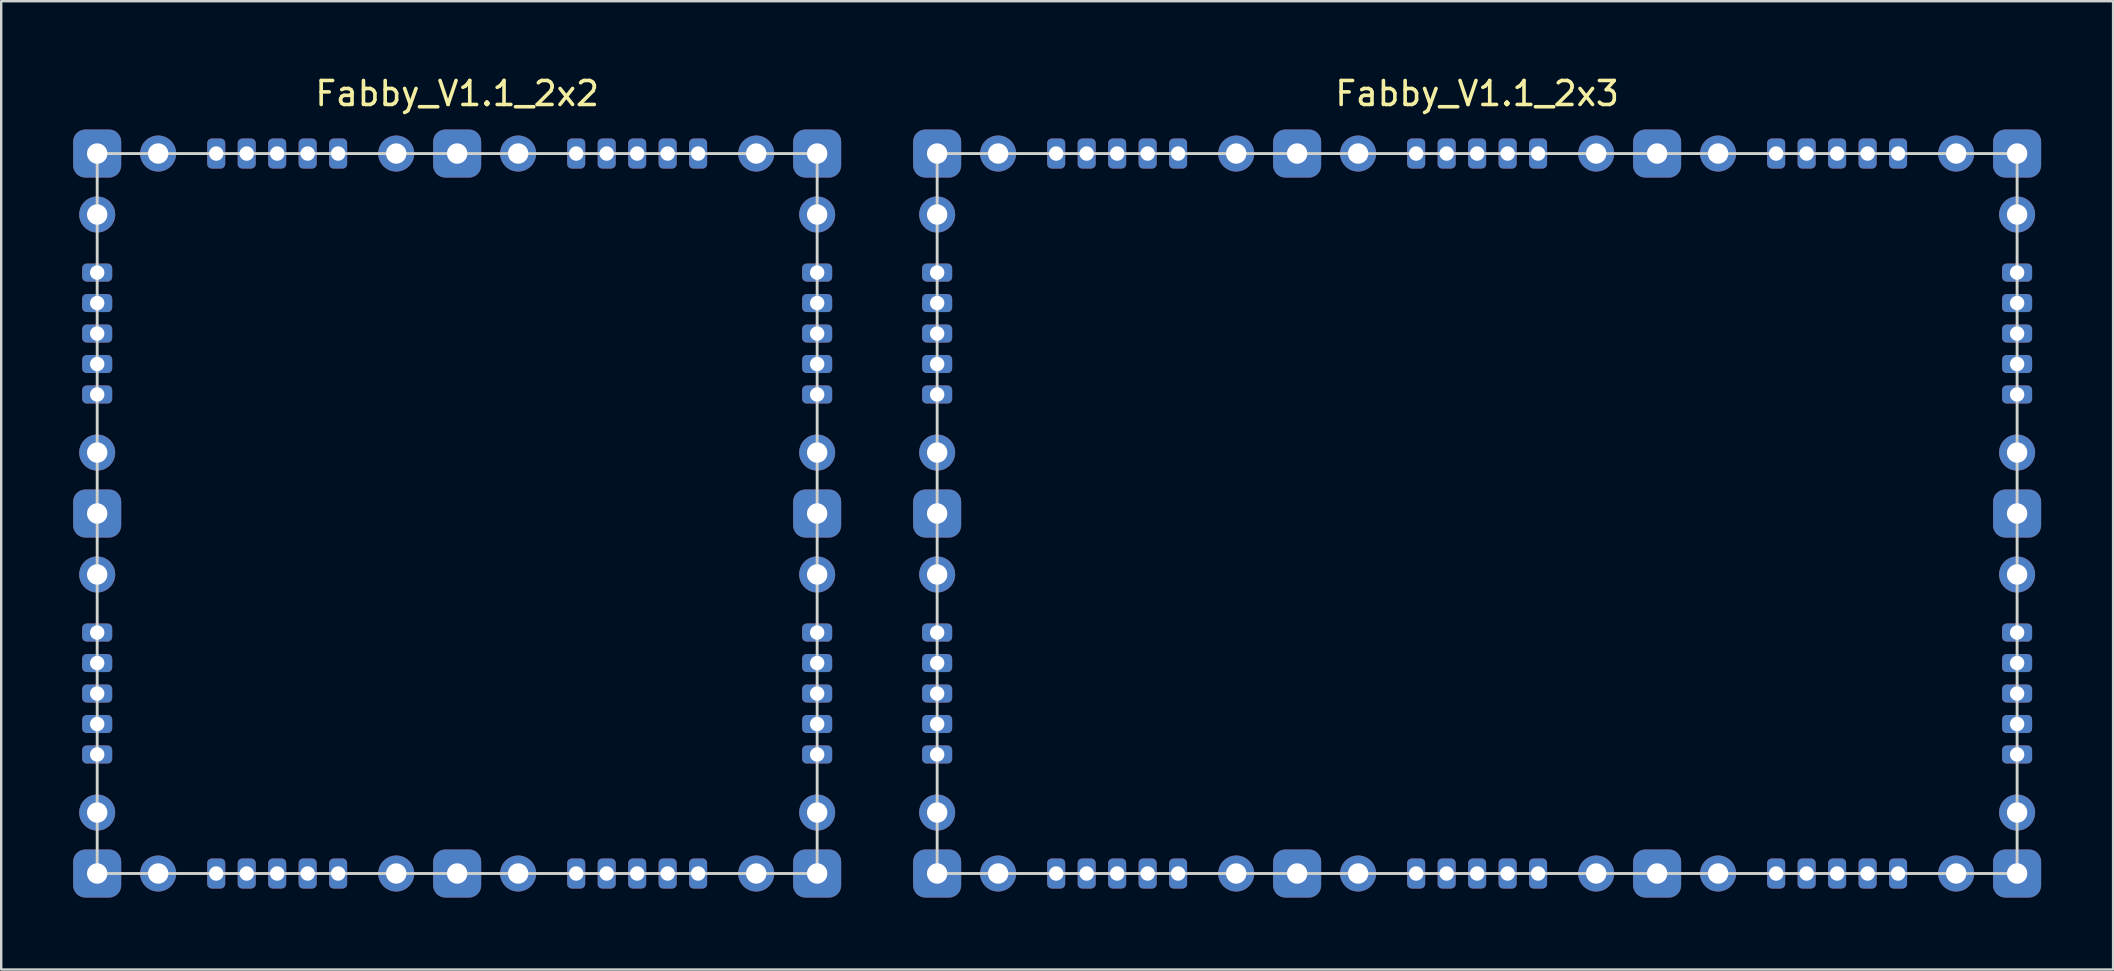
<source format=kicad_pcb>
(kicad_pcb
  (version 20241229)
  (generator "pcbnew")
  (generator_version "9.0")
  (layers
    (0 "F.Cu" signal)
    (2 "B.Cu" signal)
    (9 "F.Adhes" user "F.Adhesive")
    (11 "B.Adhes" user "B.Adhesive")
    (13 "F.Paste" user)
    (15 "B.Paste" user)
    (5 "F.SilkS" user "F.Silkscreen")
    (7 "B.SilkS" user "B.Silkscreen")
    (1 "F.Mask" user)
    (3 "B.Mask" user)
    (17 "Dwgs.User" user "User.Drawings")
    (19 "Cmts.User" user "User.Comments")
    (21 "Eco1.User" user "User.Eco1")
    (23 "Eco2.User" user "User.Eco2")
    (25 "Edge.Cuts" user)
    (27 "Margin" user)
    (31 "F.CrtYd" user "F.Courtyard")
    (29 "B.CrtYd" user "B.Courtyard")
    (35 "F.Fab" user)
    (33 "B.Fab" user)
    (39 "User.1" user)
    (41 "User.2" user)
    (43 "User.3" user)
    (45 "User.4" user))
  (footprint "Fabby_V1.1_2x2"
    (layer "F.Cu")
    (at 16 18.348)
    (property "Reference" "Fabby_V1.1_2x2" (at 0 -17.5 0) (layer "F.SilkS") (effects (font (size 1 1) (thickness 0.15))))
    (attr through_hole)
    (fp_line (start -15 -15) (end 15 -15) (stroke (width 0.12) (type solid)) (layer "Edge.Cuts"))
    (fp_line (start -15 15) (end -15 -15) (stroke (width 0.12) (type solid)) (layer "Edge.Cuts"))
    (fp_line (start 15 -15) (end 15 15) (stroke (width 0.12) (type solid)) (layer "Edge.Cuts"))
    (fp_line (start 15 15) (end -15 15) (stroke (width 0.12) (type solid)) (layer "Edge.Cuts"))
    (pad "1" thru_hole roundrect (at -15 -15 270) (size 2 2) (drill 0.85) (layers "*.Cu" "*.Mask") (roundrect_rratio 0.25))
    (pad "2" thru_hole circle (at -12.46 -15 270) (size 1.5 1.5) (drill 0.85) (layers "*.Cu" "*.Mask"))
    (pad "3" thru_hole circle (at -2.54 -15 270) (size 1.5 1.5) (drill 0.85) (layers "*.Cu" "*.Mask"))
    (pad "4" thru_hole roundrect (at 0 -15 270) (size 2 2) (drill 0.85) (layers "*.Cu" "*.Mask") (roundrect_rratio 0.25))
    (pad "5" thru_hole circle (at 2.54 -15 270) (size 1.5 1.5) (drill 0.85) (layers "*.Cu" "*.Mask"))
    (pad "6" thru_hole circle (at 12.46 -15 270) (size 1.5 1.5) (drill 0.85) (layers "*.Cu" "*.Mask"))
    (pad "7" thru_hole roundrect (at 15 -15 270) (size 2 2) (drill 0.85) (layers "*.Cu" "*.Mask") (roundrect_rratio 0.25))
    (pad "8" thru_hole circle (at 15 -12.46 270) (size 1.5 1.5) (drill 0.85) (layers "*.Cu" "*.Mask"))
    (pad "9" thru_hole circle (at 15 -2.54 270) (size 1.5 1.5) (drill 0.85) (layers "*.Cu" "*.Mask"))
    (pad "10" thru_hole roundrect (at 15 0 270) (size 2 2) (drill 0.85) (layers "*.Cu" "*.Mask") (roundrect_rratio 0.25))
    (pad "11" thru_hole circle (at 15 2.54 270) (size 1.5 1.5) (drill 0.85) (layers "*.Cu" "*.Mask"))
    (pad "12" thru_hole circle (at 15 12.46 270) (size 1.5 1.5) (drill 0.85) (layers "*.Cu" "*.Mask"))
    (pad "13" thru_hole roundrect (at 15 15 270) (size 2 2) (drill 0.85) (layers "*.Cu" "*.Mask") (roundrect_rratio 0.25))
    (pad "14" thru_hole circle (at 12.46 15 270) (size 1.5 1.5) (drill 0.85) (layers "*.Cu" "*.Mask"))
    (pad "15" thru_hole circle (at 2.54 15 270) (size 1.5 1.5) (drill 0.85) (layers "*.Cu" "*.Mask"))
    (pad "16" thru_hole roundrect (at 0 15 270) (size 2 2) (drill 0.85) (layers "*.Cu" "*.Mask") (roundrect_rratio 0.25))
    (pad "17" thru_hole circle (at -2.54 15 270) (size 1.5 1.5) (drill 0.85) (layers "*.Cu" "*.Mask"))
    (pad "18" thru_hole circle (at -12.46 15 270) (size 1.5 1.5) (drill 0.85) (layers "*.Cu" "*.Mask"))
    (pad "19" thru_hole roundrect (at -15 15 270) (size 2 2) (drill 0.85) (layers "*.Cu" "*.Mask") (roundrect_rratio 0.25))
    (pad "20" thru_hole circle (at -15 12.46 270) (size 1.5 1.5) (drill 0.85) (layers "*.Cu" "*.Mask"))
    (pad "21" thru_hole circle (at -15 2.54 270) (size 1.5 1.5) (drill 0.85) (layers "*.Cu" "*.Mask"))
    (pad "22" thru_hole roundrect (at -15 0 270) (size 2 2) (drill 0.85) (layers "*.Cu" "*.Mask") (roundrect_rratio 0.25))
    (pad "23" thru_hole circle (at -15 -2.54 270) (size 1.5 1.5) (drill 0.85) (layers "*.Cu" "*.Mask"))
    (pad "24" thru_hole circle (at -15 -12.46 270) (size 1.5 1.5) (drill 0.85) (layers "*.Cu" "*.Mask"))
    (pad "25" thru_hole roundrect (at -10.04 -15 90) (size 1.25 0.75) (drill 0.6) (layers "*.Cu" "*.Mask") (roundrect_rratio 0.25))
    (pad "26" thru_hole roundrect (at -8.77 -15 90) (size 1.25 0.75) (drill 0.6) (layers "*.Cu" "*.Mask") (roundrect_rratio 0.25))
    (pad "27" thru_hole roundrect (at -7.5 -15 90) (size 1.25 0.75) (drill 0.6) (layers "*.Cu" "*.Mask") (roundrect_rratio 0.25))
    (pad "28" thru_hole roundrect (at -6.23 -15 90) (size 1.25 0.75) (drill 0.6) (layers "*.Cu" "*.Mask") (roundrect_rratio 0.25))
    (pad "29" thru_hole roundrect (at -4.96 -15 90) (size 1.25 0.75) (drill 0.6) (layers "*.Cu" "*.Mask") (roundrect_rratio 0.25))
    (pad "30" thru_hole roundrect (at 4.96 -15 90) (size 1.25 0.75) (drill 0.6) (layers "*.Cu" "*.Mask") (roundrect_rratio 0.25))
    (pad "31" thru_hole roundrect (at 6.23 -15 90) (size 1.25 0.75) (drill 0.6) (layers "*.Cu" "*.Mask") (roundrect_rratio 0.25))
    (pad "32" thru_hole roundrect (at 7.5 -15 90) (size 1.25 0.75) (drill 0.6) (layers "*.Cu" "*.Mask") (roundrect_rratio 0.25))
    (pad "33" thru_hole roundrect (at 8.77 -15 90) (size 1.25 0.75) (drill 0.6) (layers "*.Cu" "*.Mask") (roundrect_rratio 0.25))
    (pad "34" thru_hole roundrect (at 10.04 -15 90) (size 1.25 0.75) (drill 0.6) (layers "*.Cu" "*.Mask") (roundrect_rratio 0.25))
    (pad "35" thru_hole roundrect (at 15 -10.04) (size 1.25 0.75) (drill 0.6) (layers "*.Cu" "*.Mask") (roundrect_rratio 0.25))
    (pad "36" thru_hole roundrect (at 15 -8.77) (size 1.25 0.75) (drill 0.6) (layers "*.Cu" "*.Mask") (roundrect_rratio 0.25))
    (pad "37" thru_hole roundrect (at 15 -7.5) (size 1.25 0.75) (drill 0.6) (layers "*.Cu" "*.Mask") (roundrect_rratio 0.25))
    (pad "38" thru_hole roundrect (at 15 -6.23) (size 1.25 0.75) (drill 0.6) (layers "*.Cu" "*.Mask") (roundrect_rratio 0.25))
    (pad "39" thru_hole roundrect (at 15 -4.96) (size 1.25 0.75) (drill 0.6) (layers "*.Cu" "*.Mask") (roundrect_rratio 0.25))
    (pad "40" thru_hole roundrect (at 15 4.96) (size 1.25 0.75) (drill 0.6) (layers "*.Cu" "*.Mask") (roundrect_rratio 0.25))
    (pad "41" thru_hole roundrect (at 15 6.23) (size 1.25 0.75) (drill 0.6) (layers "*.Cu" "*.Mask") (roundrect_rratio 0.25))
    (pad "42" thru_hole roundrect (at 15 7.5) (size 1.25 0.75) (drill 0.6) (layers "*.Cu" "*.Mask") (roundrect_rratio 0.25))
    (pad "43" thru_hole roundrect (at 15 8.77) (size 1.25 0.75) (drill 0.6) (layers "*.Cu" "*.Mask") (roundrect_rratio 0.25))
    (pad "44" thru_hole roundrect (at 15 10.04) (size 1.25 0.75) (drill 0.6) (layers "*.Cu" "*.Mask") (roundrect_rratio 0.25))
    (pad "45" thru_hole roundrect (at 10.04 15 270) (size 1.25 0.75) (drill 0.6) (layers "*.Cu" "*.Mask") (roundrect_rratio 0.25))
    (pad "46" thru_hole roundrect (at 8.77 15 270) (size 1.25 0.75) (drill 0.6) (layers "*.Cu" "*.Mask") (roundrect_rratio 0.25))
    (pad "47" thru_hole roundrect (at 7.5 15 270) (size 1.25 0.75) (drill 0.6) (layers "*.Cu" "*.Mask") (roundrect_rratio 0.25))
    (pad "48" thru_hole roundrect (at 6.23 15 270) (size 1.25 0.75) (drill 0.6) (layers "*.Cu" "*.Mask") (roundrect_rratio 0.25))
    (pad "49" thru_hole roundrect (at 4.96 15 270) (size 1.25 0.75) (drill 0.6) (layers "*.Cu" "*.Mask") (roundrect_rratio 0.25))
    (pad "50" thru_hole roundrect (at -4.96 15 270) (size 1.25 0.75) (drill 0.6) (layers "*.Cu" "*.Mask") (roundrect_rratio 0.25))
    (pad "51" thru_hole roundrect (at -6.23 15 270) (size 1.25 0.75) (drill 0.6) (layers "*.Cu" "*.Mask") (roundrect_rratio 0.25))
    (pad "52" thru_hole roundrect (at -7.5 15 270) (size 1.25 0.75) (drill 0.6) (layers "*.Cu" "*.Mask") (roundrect_rratio 0.25))
    (pad "53" thru_hole roundrect (at -8.77 15 270) (size 1.25 0.75) (drill 0.6) (layers "*.Cu" "*.Mask") (roundrect_rratio 0.25))
    (pad "54" thru_hole roundrect (at -10.04 15 270) (size 1.25 0.75) (drill 0.6) (layers "*.Cu" "*.Mask") (roundrect_rratio 0.25))
    (pad "55" thru_hole roundrect (at -15 10.04) (size 1.25 0.75) (drill 0.6) (layers "*.Cu" "*.Mask") (roundrect_rratio 0.25))
    (pad "56" thru_hole roundrect (at -15 8.77) (size 1.25 0.75) (drill 0.6) (layers "*.Cu" "*.Mask") (roundrect_rratio 0.25))
    (pad "57" thru_hole roundrect (at -15 7.5) (size 1.25 0.75) (drill 0.6) (layers "*.Cu" "*.Mask") (roundrect_rratio 0.25))
    (pad "58" thru_hole roundrect (at -15 6.23) (size 1.25 0.75) (drill 0.6) (layers "*.Cu" "*.Mask") (roundrect_rratio 0.25))
    (pad "59" thru_hole roundrect (at -15 4.96) (size 1.25 0.75) (drill 0.6) (layers "*.Cu" "*.Mask") (roundrect_rratio 0.25))
    (pad "60" thru_hole roundrect (at -15 -4.96) (size 1.25 0.75) (drill 0.6) (layers "*.Cu" "*.Mask") (roundrect_rratio 0.25))
    (pad "61" thru_hole roundrect (at -15 -6.23) (size 1.25 0.75) (drill 0.6) (layers "*.Cu" "*.Mask") (roundrect_rratio 0.25))
    (pad "62" thru_hole roundrect (at -15 -7.5) (size 1.25 0.75) (drill 0.6) (layers "*.Cu" "*.Mask") (roundrect_rratio 0.25))
    (pad "63" thru_hole roundrect (at -15 -8.77) (size 1.25 0.75) (drill 0.6) (layers "*.Cu" "*.Mask") (roundrect_rratio 0.25))
    (pad "64" thru_hole roundrect (at -15 -10.04) (size 1.25 0.75) (drill 0.6) (layers "*.Cu" "*.Mask") (roundrect_rratio 0.25)))
  (footprint "Fabby_V1.1_2x3"
    (layer "F.Cu")
    (at 58.5 18.348)
    (property "Reference" "Fabby_V1.1_2x3" (at 0 -17.5 0) (layer "F.SilkS") (effects (font (size 1 1) (thickness 0.15))))
    (attr through_hole)
    (fp_line (start -22.5 -15) (end 22.5 -15) (stroke (width 0.12) (type solid)) (layer "Edge.Cuts"))
    (fp_line (start -22.5 15) (end -22.5 -15) (stroke (width 0.12) (type solid)) (layer "Edge.Cuts"))
    (fp_line (start 22.5 -15) (end 22.5 15) (stroke (width 0.12) (type solid)) (layer "Edge.Cuts"))
    (fp_line (start 22.5 15) (end -22.5 15) (stroke (width 0.12) (type solid)) (layer "Edge.Cuts"))
    (pad "1" thru_hole roundrect (at -22.5 -15 270) (size 2 2) (drill 0.85) (layers "*.Cu" "*.Mask") (roundrect_rratio 0.25))
    (pad "2" thru_hole circle (at -19.96 -15 270) (size 1.5 1.5) (drill 0.85) (layers "*.Cu" "*.Mask"))
    (pad "3" thru_hole circle (at -10.04 -15 270) (size 1.5 1.5) (drill 0.85) (layers "*.Cu" "*.Mask"))
    (pad "4" thru_hole roundrect (at -7.5 -15 270) (size 2 2) (drill 0.85) (layers "*.Cu" "*.Mask") (roundrect_rratio 0.25))
    (pad "5" thru_hole circle (at -4.96 -15 270) (size 1.5 1.5) (drill 0.85) (layers "*.Cu" "*.Mask"))
    (pad "6" thru_hole circle (at 4.96 -15 270) (size 1.5 1.5) (drill 0.85) (layers "*.Cu" "*.Mask"))
    (pad "7" thru_hole roundrect (at 7.5 -15 270) (size 2 2) (drill 0.85) (layers "*.Cu" "*.Mask") (roundrect_rratio 0.25))
    (pad "8" thru_hole circle (at 10.04 -15 270) (size 1.5 1.5) (drill 0.85) (layers "*.Cu" "*.Mask"))
    (pad "9" thru_hole circle (at 19.96 -15 270) (size 1.5 1.5) (drill 0.85) (layers "*.Cu" "*.Mask"))
    (pad "10" thru_hole roundrect (at 22.5 -15 270) (size 2 2) (drill 0.85) (layers "*.Cu" "*.Mask") (roundrect_rratio 0.25))
    (pad "11" thru_hole circle (at 22.5 -12.46 270) (size 1.5 1.5) (drill 0.85) (layers "*.Cu" "*.Mask"))
    (pad "12" thru_hole circle (at 22.5 -2.54 270) (size 1.5 1.5) (drill 0.85) (layers "*.Cu" "*.Mask"))
    (pad "13" thru_hole roundrect (at 22.5 0 270) (size 2 2) (drill 0.85) (layers "*.Cu" "*.Mask") (roundrect_rratio 0.25))
    (pad "14" thru_hole circle (at 22.5 2.54 270) (size 1.5 1.5) (drill 0.85) (layers "*.Cu" "*.Mask"))
    (pad "15" thru_hole circle (at 22.5 12.46 270) (size 1.5 1.5) (drill 0.85) (layers "*.Cu" "*.Mask"))
    (pad "16" thru_hole roundrect (at 22.5 15 270) (size 2 2) (drill 0.85) (layers "*.Cu" "*.Mask") (roundrect_rratio 0.25))
    (pad "17" thru_hole circle (at 19.96 15 270) (size 1.5 1.5) (drill 0.85) (layers "*.Cu" "*.Mask"))
    (pad "18" thru_hole circle (at 10.04 15 270) (size 1.5 1.5) (drill 0.85) (layers "*.Cu" "*.Mask"))
    (pad "19" thru_hole roundrect (at 7.5 15 270) (size 2 2) (drill 0.85) (layers "*.Cu" "*.Mask") (roundrect_rratio 0.25))
    (pad "20" thru_hole circle (at 4.96 15 270) (size 1.5 1.5) (drill 0.85) (layers "*.Cu" "*.Mask"))
    (pad "21" thru_hole circle (at -4.96 15 270) (size 1.5 1.5) (drill 0.85) (layers "*.Cu" "*.Mask"))
    (pad "22" thru_hole roundrect (at -7.5 15 270) (size 2 2) (drill 0.85) (layers "*.Cu" "*.Mask") (roundrect_rratio 0.25))
    (pad "23" thru_hole circle (at -10.04 15 270) (size 1.5 1.5) (drill 0.85) (layers "*.Cu" "*.Mask"))
    (pad "24" thru_hole circle (at -19.96 15 270) (size 1.5 1.5) (drill 0.85) (layers "*.Cu" "*.Mask"))
    (pad "25" thru_hole roundrect (at -22.5 15 270) (size 2 2) (drill 0.85) (layers "*.Cu" "*.Mask") (roundrect_rratio 0.25))
    (pad "26" thru_hole circle (at -22.5 12.46 270) (size 1.5 1.5) (drill 0.85) (layers "*.Cu" "*.Mask"))
    (pad "27" thru_hole circle (at -22.5 2.54 270) (size 1.5 1.5) (drill 0.85) (layers "*.Cu" "*.Mask"))
    (pad "28" thru_hole roundrect (at -22.5 0 270) (size 2 2) (drill 0.85) (layers "*.Cu" "*.Mask") (roundrect_rratio 0.25))
    (pad "29" thru_hole circle (at -22.5 -2.54 270) (size 1.5 1.5) (drill 0.85) (layers "*.Cu" "*.Mask"))
    (pad "30" thru_hole circle (at -22.5 -12.46 270) (size 1.5 1.5) (drill 0.85) (layers "*.Cu" "*.Mask"))
    (pad "31" thru_hole roundrect (at -17.54 -15 90) (size 1.25 0.75) (drill 0.6) (layers "*.Cu" "*.Mask") (roundrect_rratio 0.25))
    (pad "32" thru_hole roundrect (at -16.27 -15 90) (size 1.25 0.75) (drill 0.6) (layers "*.Cu" "*.Mask") (roundrect_rratio 0.25))
    (pad "33" thru_hole roundrect (at -15 -15 90) (size 1.25 0.75) (drill 0.6) (layers "*.Cu" "*.Mask") (roundrect_rratio 0.25))
    (pad "34" thru_hole roundrect (at -13.73 -15 90) (size 1.25 0.75) (drill 0.6) (layers "*.Cu" "*.Mask") (roundrect_rratio 0.25))
    (pad "35" thru_hole roundrect (at -12.46 -15 90) (size 1.25 0.75) (drill 0.6) (layers "*.Cu" "*.Mask") (roundrect_rratio 0.25))
    (pad "36" thru_hole roundrect (at -2.54 -15 90) (size 1.25 0.75) (drill 0.6) (layers "*.Cu" "*.Mask") (roundrect_rratio 0.25))
    (pad "37" thru_hole roundrect (at -1.27 -15 90) (size 1.25 0.75) (drill 0.6) (layers "*.Cu" "*.Mask") (roundrect_rratio 0.25))
    (pad "38" thru_hole roundrect (at 0 -15 90) (size 1.25 0.75) (drill 0.6) (layers "*.Cu" "*.Mask") (roundrect_rratio 0.25))
    (pad "39" thru_hole roundrect (at 1.27 -15 90) (size 1.25 0.75) (drill 0.6) (layers "*.Cu" "*.Mask") (roundrect_rratio 0.25))
    (pad "40" thru_hole roundrect (at 2.54 -15 90) (size 1.25 0.75) (drill 0.6) (layers "*.Cu" "*.Mask") (roundrect_rratio 0.25))
    (pad "41" thru_hole roundrect (at 12.46 -15 90) (size 1.25 0.75) (drill 0.6) (layers "*.Cu" "*.Mask") (roundrect_rratio 0.25))
    (pad "42" thru_hole roundrect (at 13.73 -15 90) (size 1.25 0.75) (drill 0.6) (layers "*.Cu" "*.Mask") (roundrect_rratio 0.25))
    (pad "43" thru_hole roundrect (at 15 -15 90) (size 1.25 0.75) (drill 0.6) (layers "*.Cu" "*.Mask") (roundrect_rratio 0.25))
    (pad "44" thru_hole roundrect (at 16.27 -15 90) (size 1.25 0.75) (drill 0.6) (layers "*.Cu" "*.Mask") (roundrect_rratio 0.25))
    (pad "45" thru_hole roundrect (at 17.54 -15 90) (size 1.25 0.75) (drill 0.6) (layers "*.Cu" "*.Mask") (roundrect_rratio 0.25))
    (pad "46" thru_hole roundrect (at 22.5 -10.04) (size 1.25 0.75) (drill 0.6) (layers "*.Cu" "*.Mask") (roundrect_rratio 0.25))
    (pad "47" thru_hole roundrect (at 22.5 -8.77) (size 1.25 0.75) (drill 0.6) (layers "*.Cu" "*.Mask") (roundrect_rratio 0.25))
    (pad "48" thru_hole roundrect (at 22.5 -7.5) (size 1.25 0.75) (drill 0.6) (layers "*.Cu" "*.Mask") (roundrect_rratio 0.25))
    (pad "49" thru_hole roundrect (at 22.5 -6.23) (size 1.25 0.75) (drill 0.6) (layers "*.Cu" "*.Mask") (roundrect_rratio 0.25))
    (pad "50" thru_hole roundrect (at 22.5 -4.96) (size 1.25 0.75) (drill 0.6) (layers "*.Cu" "*.Mask") (roundrect_rratio 0.25))
    (pad "51" thru_hole roundrect (at 22.5 4.96) (size 1.25 0.75) (drill 0.6) (layers "*.Cu" "*.Mask") (roundrect_rratio 0.25))
    (pad "52" thru_hole roundrect (at 22.5 6.23) (size 1.25 0.75) (drill 0.6) (layers "*.Cu" "*.Mask") (roundrect_rratio 0.25))
    (pad "53" thru_hole roundrect (at 22.5 7.5) (size 1.25 0.75) (drill 0.6) (layers "*.Cu" "*.Mask") (roundrect_rratio 0.25))
    (pad "54" thru_hole roundrect (at 22.5 8.77) (size 1.25 0.75) (drill 0.6) (layers "*.Cu" "*.Mask") (roundrect_rratio 0.25))
    (pad "55" thru_hole roundrect (at 22.5 10.04) (size 1.25 0.75) (drill 0.6) (layers "*.Cu" "*.Mask") (roundrect_rratio 0.25))
    (pad "56" thru_hole roundrect (at 17.54 15 270) (size 1.25 0.75) (drill 0.6) (layers "*.Cu" "*.Mask") (roundrect_rratio 0.25))
    (pad "57" thru_hole roundrect (at 16.27 15 270) (size 1.25 0.75) (drill 0.6) (layers "*.Cu" "*.Mask") (roundrect_rratio 0.25))
    (pad "58" thru_hole roundrect (at 15 15 270) (size 1.25 0.75) (drill 0.6) (layers "*.Cu" "*.Mask") (roundrect_rratio 0.25))
    (pad "59" thru_hole roundrect (at 13.73 15 270) (size 1.25 0.75) (drill 0.6) (layers "*.Cu" "*.Mask") (roundrect_rratio 0.25))
    (pad "60" thru_hole roundrect (at 12.46 15 270) (size 1.25 0.75) (drill 0.6) (layers "*.Cu" "*.Mask") (roundrect_rratio 0.25))
    (pad "61" thru_hole roundrect (at 2.54 15 270) (size 1.25 0.75) (drill 0.6) (layers "*.Cu" "*.Mask") (roundrect_rratio 0.25))
    (pad "62" thru_hole roundrect (at 1.27 15 270) (size 1.25 0.75) (drill 0.6) (layers "*.Cu" "*.Mask") (roundrect_rratio 0.25))
    (pad "63" thru_hole roundrect (at 0 15 270) (size 1.25 0.75) (drill 0.6) (layers "*.Cu" "*.Mask") (roundrect_rratio 0.25))
    (pad "64" thru_hole roundrect (at -1.27 15 270) (size 1.25 0.75) (drill 0.6) (layers "*.Cu" "*.Mask") (roundrect_rratio 0.25))
    (pad "65" thru_hole roundrect (at -2.54 15 270) (size 1.25 0.75) (drill 0.6) (layers "*.Cu" "*.Mask") (roundrect_rratio 0.25))
    (pad "66" thru_hole roundrect (at -12.46 15 270) (size 1.25 0.75) (drill 0.6) (layers "*.Cu" "*.Mask") (roundrect_rratio 0.25))
    (pad "67" thru_hole roundrect (at -13.73 15 270) (size 1.25 0.75) (drill 0.6) (layers "*.Cu" "*.Mask") (roundrect_rratio 0.25))
    (pad "68" thru_hole roundrect (at -15 15 270) (size 1.25 0.75) (drill 0.6) (layers "*.Cu" "*.Mask") (roundrect_rratio 0.25))
    (pad "69" thru_hole roundrect (at -16.27 15 270) (size 1.25 0.75) (drill 0.6) (layers "*.Cu" "*.Mask") (roundrect_rratio 0.25))
    (pad "70" thru_hole roundrect (at -17.54 15 270) (size 1.25 0.75) (drill 0.6) (layers "*.Cu" "*.Mask") (roundrect_rratio 0.25))
    (pad "71" thru_hole roundrect (at -22.5 10.04) (size 1.25 0.75) (drill 0.6) (layers "*.Cu" "*.Mask") (roundrect_rratio 0.25))
    (pad "72" thru_hole roundrect (at -22.5 8.77) (size 1.25 0.75) (drill 0.6) (layers "*.Cu" "*.Mask") (roundrect_rratio 0.25))
    (pad "73" thru_hole roundrect (at -22.5 7.5) (size 1.25 0.75) (drill 0.6) (layers "*.Cu" "*.Mask") (roundrect_rratio 0.25))
    (pad "74" thru_hole roundrect (at -22.5 6.23) (size 1.25 0.75) (drill 0.6) (layers "*.Cu" "*.Mask") (roundrect_rratio 0.25))
    (pad "75" thru_hole roundrect (at -22.5 4.96) (size 1.25 0.75) (drill 0.6) (layers "*.Cu" "*.Mask") (roundrect_rratio 0.25))
    (pad "76" thru_hole roundrect (at -22.5 -4.96) (size 1.25 0.75) (drill 0.6) (layers "*.Cu" "*.Mask") (roundrect_rratio 0.25))
    (pad "77" thru_hole roundrect (at -22.5 -6.23) (size 1.25 0.75) (drill 0.6) (layers "*.Cu" "*.Mask") (roundrect_rratio 0.25))
    (pad "78" thru_hole roundrect (at -22.5 -7.5) (size 1.25 0.75) (drill 0.6) (layers "*.Cu" "*.Mask") (roundrect_rratio 0.25))
    (pad "79" thru_hole roundrect (at -22.5 -8.77) (size 1.25 0.75) (drill 0.6) (layers "*.Cu" "*.Mask") (roundrect_rratio 0.25))
    (pad "80" thru_hole roundrect (at -22.5 -10.04) (size 1.25 0.75) (drill 0.6) (layers "*.Cu" "*.Mask") (roundrect_rratio 0.25)))
  (gr_rect
    (start -3 -3)
    (end 85 37.348)
    (stroke (width 0.1) (type default))
    (fill no)
    (layer "Edge.Cuts")))
</source>
